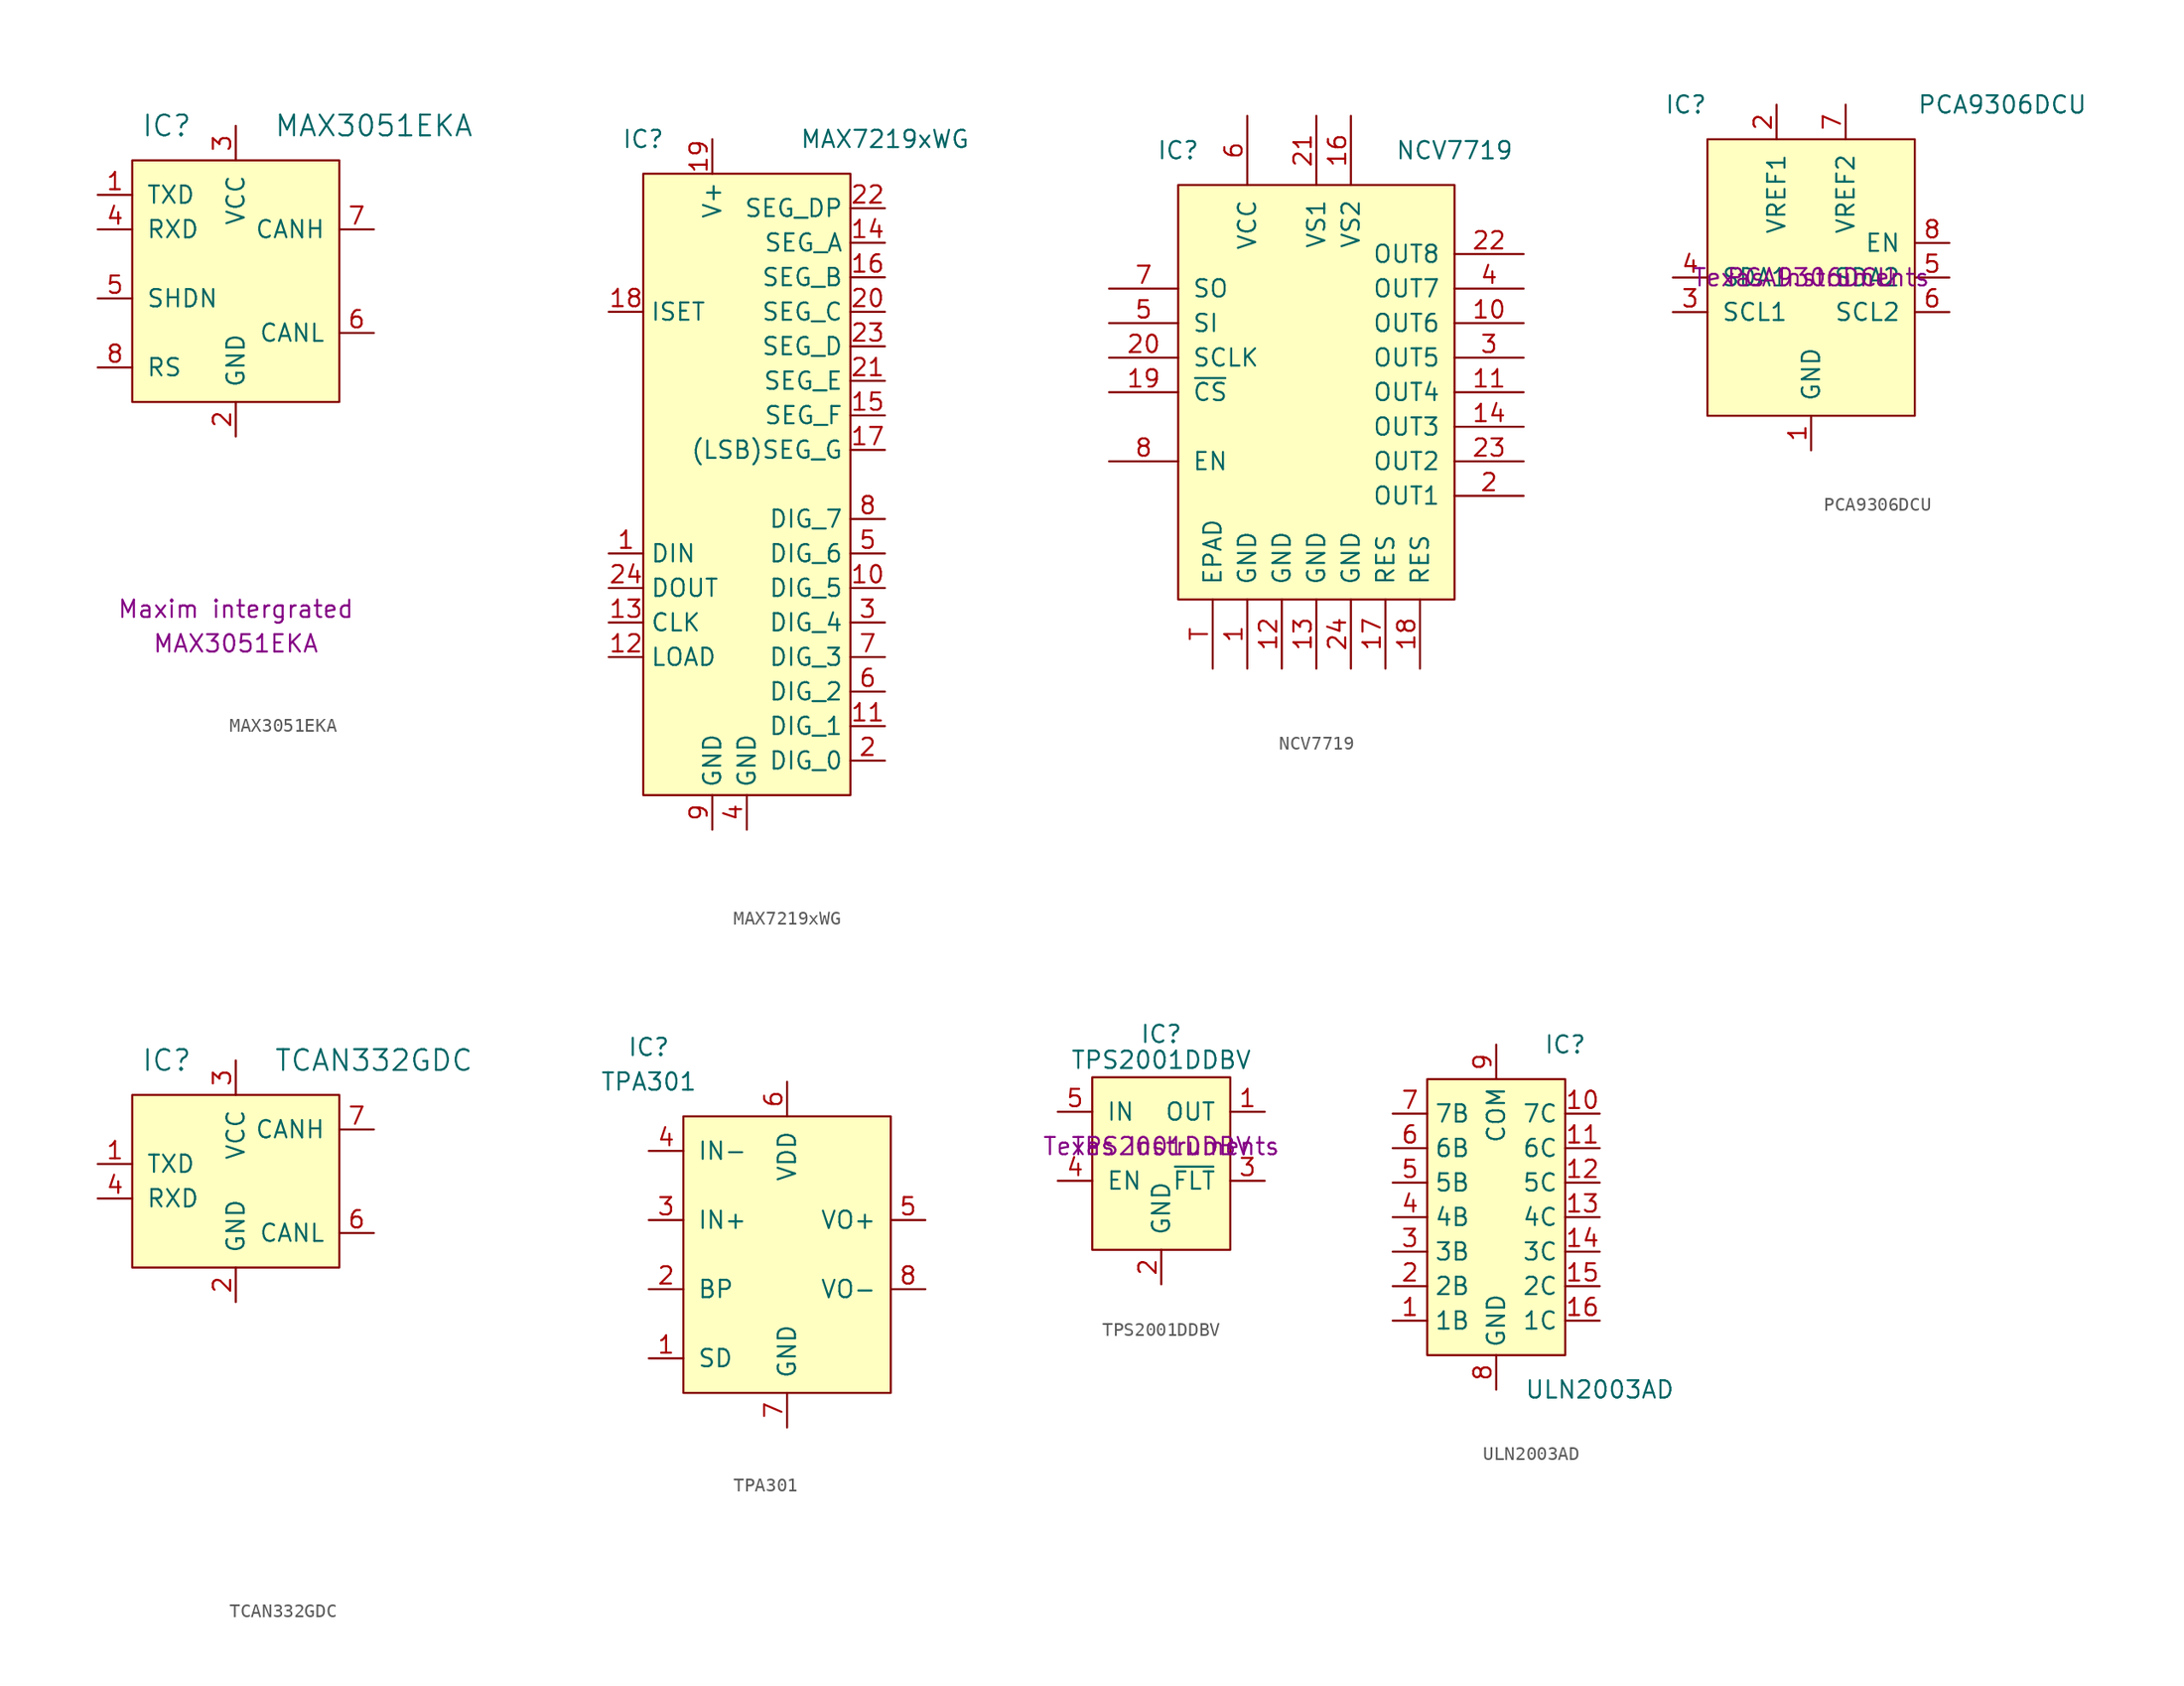
<source format=kicad_sym>
(kicad_symbol_lib
  (version 20220914)
  (generator kicad_symbol_editor)
  (symbol "MAX3051EKA"
    (pin_names
      (offset 1.016))
    (property "Reference" "IC"
      (at -5.08 10.16 0)
      (effects (font (size 1.524 1.524))))
    (property "Value" "MAX3051EKA"
      (at 10.16 10.16 0)
      (effects (font (size 1.524 1.524))))
    (property "Datasheet" ""
      (at -1.27 -8.89 0)
      (effects (font (size 1.524 1.524))))
    (property "MFR" "Maxim intergrated"
      (at 0 -25.4 0)
      (effects (font (size 1.27 1.27))))
    (property "MFR REF" "MAX3051EKA"
      (at 0 -27.94 0)
      (effects (font (size 1.27 1.27))))
    (symbol "MAX3051EKA_0_1"
      (rectangle (start -7.62 7.62) (end 7.62 -10.16) (stroke (width 0) (type default)) (fill (type background))))
    (symbol "MAX3051EKA_1_1"
      (pin input line (at -10.16 5.08 0) (length 2.54) (name "TXD" (effects (font (size 1.27 1.27)))) (number "1" (effects (font (size 1.27 1.27)))))
      (pin power_in line (at 0 -12.7 90) (length 2.54) (name "GND" (effects (font (size 1.27 1.27)))) (number "2" (effects (font (size 1.27 1.27)))))
      (pin power_in line (at 0 10.16 270) (length 2.54) (name "VCC" (effects (font (size 1.27 1.27)))) (number "3" (effects (font (size 1.27 1.27)))))
      (pin output line (at -10.16 2.54 0) (length 2.54) (name "RXD" (effects (font (size 1.27 1.27)))) (number "4" (effects (font (size 1.27 1.27)))))
      (pin input line (at -10.16 -2.54 0) (length 2.54) (name "SHDN" (effects (font (size 1.27 1.27)))) (number "5" (effects (font (size 1.27 1.27)))))
      (pin bidirectional line (at 10.16 -5.08 180) (length 2.54) (name "CANL" (effects (font (size 1.27 1.27)))) (number "6" (effects (font (size 1.27 1.27)))))
      (pin bidirectional line (at 10.16 2.54 180) (length 2.54) (name "CANH" (effects (font (size 1.27 1.27)))) (number "7" (effects (font (size 1.27 1.27)))))
      (pin input line (at -10.16 -7.62 0) (length 2.54) (name "RS" (effects (font (size 1.27 1.27)))) (number "8" (effects (font (size 1.27 1.27)))))))
  (symbol "MAX7219xWG"
    (property "Reference" "IC"
      (at -7.62 25.4 0)
      (effects (font (size 1.27 1.27))))
    (property "Value" "MAX7219xWG"
      (at 10.16 25.4 0)
      (effects (font (size 1.27 1.27))))
    (symbol "MAX7219xWG_0_1"
      (rectangle (start -7.62 22.86) (end 7.62 -22.86) (stroke (width 0.152) (type default)) (fill (type background))))
    (symbol "MAX7219xWG_1_1"
      (pin input line (at -10.16 -5.08 0) (length 2.54) (name "DIN" (effects (font (size 1.27 1.27)))) (number "1" (effects (font (size 1.27 1.27)))))
      (pin output line (at 10.16 -7.62 180) (length 2.54) (name "DIG_5" (effects (font (size 1.27 1.27)))) (number "10" (effects (font (size 1.27 1.27)))))
      (pin output line (at 10.16 -17.78 180) (length 2.54) (name "DIG_1" (effects (font (size 1.27 1.27)))) (number "11" (effects (font (size 1.27 1.27)))))
      (pin input line (at -10.16 -12.7 0) (length 2.54) (name "LOAD" (effects (font (size 1.27 1.27)))) (number "12" (effects (font (size 1.27 1.27)))))
      (pin input line (at -10.16 -10.16 0) (length 2.54) (name "CLK" (effects (font (size 1.27 1.27)))) (number "13" (effects (font (size 1.27 1.27)))))
      (pin output line (at 10.16 17.78 180) (length 2.54) (name "SEG_A" (effects (font (size 1.27 1.27)))) (number "14" (effects (font (size 1.27 1.27)))))
      (pin output line (at 10.16 5.08 180) (length 2.54) (name "SEG_F" (effects (font (size 1.27 1.27)))) (number "15" (effects (font (size 1.27 1.27)))))
      (pin output line (at 10.16 15.24 180) (length 2.54) (name "SEG_B" (effects (font (size 1.27 1.27)))) (number "16" (effects (font (size 1.27 1.27)))))
      (pin output line (at 10.16 2.54 180) (length 2.54) (name "(LSB)SEG_G" (effects (font (size 1.27 1.27)))) (number "17" (effects (font (size 1.27 1.27)))))
      (pin input line (at -10.16 12.7 0) (length 2.54) (name "ISET" (effects (font (size 1.27 1.27)))) (number "18" (effects (font (size 1.27 1.27)))))
      (pin power_in line (at -2.54 25.4 270) (length 2.54) (name "V+" (effects (font (size 1.27 1.27)))) (number "19" (effects (font (size 1.27 1.27)))))
      (pin output line (at 10.16 -20.32 180) (length 2.54) (name "DIG_0" (effects (font (size 1.27 1.27)))) (number "2" (effects (font (size 1.27 1.27)))))
      (pin output line (at 10.16 12.7 180) (length 2.54) (name "SEG_C" (effects (font (size 1.27 1.27)))) (number "20" (effects (font (size 1.27 1.27)))))
      (pin output line (at 10.16 7.62 180) (length 2.54) (name "SEG_E" (effects (font (size 1.27 1.27)))) (number "21" (effects (font (size 1.27 1.27)))))
      (pin output line (at 10.16 20.32 180) (length 2.54) (name "SEG_DP" (effects (font (size 1.27 1.27)))) (number "22" (effects (font (size 1.27 1.27)))))
      (pin output line (at 10.16 10.16 180) (length 2.54) (name "SEG_D" (effects (font (size 1.27 1.27)))) (number "23" (effects (font (size 1.27 1.27)))))
      (pin output line (at -10.16 -7.62 0) (length 2.54) (name "DOUT" (effects (font (size 1.27 1.27)))) (number "24" (effects (font (size 1.27 1.27)))))
      (pin output line (at 10.16 -10.16 180) (length 2.54) (name "DIG_4" (effects (font (size 1.27 1.27)))) (number "3" (effects (font (size 1.27 1.27)))))
      (pin power_in line (at 0 -25.4 90) (length 2.54) (name "GND" (effects (font (size 1.27 1.27)))) (number "4" (effects (font (size 1.27 1.27)))))
      (pin output line (at 10.16 -5.08 180) (length 2.54) (name "DIG_6" (effects (font (size 1.27 1.27)))) (number "5" (effects (font (size 1.27 1.27)))))
      (pin output line (at 10.16 -15.24 180) (length 2.54) (name "DIG_2" (effects (font (size 1.27 1.27)))) (number "6" (effects (font (size 1.27 1.27)))))
      (pin output line (at 10.16 -12.7 180) (length 2.54) (name "DIG_3" (effects (font (size 1.27 1.27)))) (number "7" (effects (font (size 1.27 1.27)))))
      (pin output line (at 10.16 -2.54 180) (length 2.54) (name "DIG_7" (effects (font (size 1.27 1.27)))) (number "8" (effects (font (size 1.27 1.27)))))
      (pin power_in line (at -2.54 -25.4 90) (length 2.54) (name "GND" (effects (font (size 1.27 1.27)))) (number "9" (effects (font (size 1.27 1.27)))))))
  (symbol "NCV7719"
    (pin_names
      (offset 1.016))
    (property "Reference" "IC"
      (at -10.16 17.78 0)
      (effects (font (size 1.27 1.27))))
    (property "Value" "NCV7719"
      (at 10.16 17.78 0)
      (effects (font (size 1.27 1.27))))
    (symbol "NCV7719_0_0"
      (pin power_in line (at -5.08 -20.32 90) (length 5.08) (name "GND" (effects (font (size 1.27 1.27)))) (number "1" (effects (font (size 1.27 1.27)))))
      (pin output line (at 15.24 5.08 180) (length 5.08) (name "OUT6" (effects (font (size 1.27 1.27)))) (number "10" (effects (font (size 1.27 1.27)))))
      (pin output line (at 15.24 0 180) (length 5.08) (name "OUT4" (effects (font (size 1.27 1.27)))) (number "11" (effects (font (size 1.27 1.27)))))
      (pin power_in line (at -2.54 -20.32 90) (length 5.08) (name "GND" (effects (font (size 1.27 1.27)))) (number "12" (effects (font (size 1.27 1.27)))))
      (pin power_in line (at 0 -20.32 90) (length 5.08) (name "GND" (effects (font (size 1.27 1.27)))) (number "13" (effects (font (size 1.27 1.27)))))
      (pin output line (at 15.24 -2.54 180) (length 5.08) (name "OUT3" (effects (font (size 1.27 1.27)))) (number "14" (effects (font (size 1.27 1.27)))))
      (pin power_in line (at 2.54 20.32 270) (length 5.08) (name "VS2" (effects (font (size 1.27 1.27)))) (number "16" (effects (font (size 1.27 1.27)))))
      (pin power_in line (at 5.08 -20.32 90) (length 5.08) (name "RES" (effects (font (size 1.27 1.27)))) (number "17" (effects (font (size 1.27 1.27)))))
      (pin power_in line (at 7.62 -20.32 90) (length 5.08) (name "RES" (effects (font (size 1.27 1.27)))) (number "18" (effects (font (size 1.27 1.27)))))
      (pin input line (at -15.24 0 0) (length 5.08) (name "~{CS}" (effects (font (size 1.27 1.27)))) (number "19" (effects (font (size 1.27 1.27)))))
      (pin output line (at 15.24 -7.62 180) (length 5.08) (name "OUT1" (effects (font (size 1.27 1.27)))) (number "2" (effects (font (size 1.27 1.27)))))
      (pin input line (at -15.24 2.54 0) (length 5.08) (name "SCLK" (effects (font (size 1.27 1.27)))) (number "20" (effects (font (size 1.27 1.27)))))
      (pin power_in line (at 0 20.32 270) (length 5.08) (name "VS1" (effects (font (size 1.27 1.27)))) (number "21" (effects (font (size 1.27 1.27)))))
      (pin output line (at 15.24 10.16 180) (length 5.08) (name "OUT8" (effects (font (size 1.27 1.27)))) (number "22" (effects (font (size 1.27 1.27)))))
      (pin output line (at 15.24 -5.08 180) (length 5.08) (name "OUT2" (effects (font (size 1.27 1.27)))) (number "23" (effects (font (size 1.27 1.27)))))
      (pin power_in line (at 2.54 -20.32 90) (length 5.08) (name "GND" (effects (font (size 1.27 1.27)))) (number "24" (effects (font (size 1.27 1.27)))))
      (pin output line (at 15.24 2.54 180) (length 5.08) (name "OUT5" (effects (font (size 1.27 1.27)))) (number "3" (effects (font (size 1.27 1.27)))))
      (pin output line (at 15.24 7.62 180) (length 5.08) (name "OUT7" (effects (font (size 1.27 1.27)))) (number "4" (effects (font (size 1.27 1.27)))))
      (pin input line (at -15.24 5.08 0) (length 5.08) (name "SI" (effects (font (size 1.27 1.27)))) (number "5" (effects (font (size 1.27 1.27)))))
      (pin power_in line (at -5.08 20.32 270) (length 5.08) (name "VCC" (effects (font (size 1.27 1.27)))) (number "6" (effects (font (size 1.27 1.27)))))
      (pin output line (at -15.24 7.62 0) (length 5.08) (name "SO" (effects (font (size 1.27 1.27)))) (number "7" (effects (font (size 1.27 1.27)))))
      (pin input line (at -15.24 -5.08 0) (length 5.08) (name "EN" (effects (font (size 1.27 1.27)))) (number "8" (effects (font (size 1.27 1.27)))))
      (pin passive line (at -7.62 -20.32 90) (length 5.08) (name "EPAD" (effects (font (size 1.27 1.27)))) (number "T" (effects (font (size 1.27 1.27))))))
    (symbol "NCV7719_0_1"
      (rectangle (start -10.16 15.24) (end 10.16 -15.24) (stroke (width 0.152) (type default)) (fill (type background)))))
  (symbol "PCA9306DCU"
    (pin_names
      (offset 1.016))
    (property "Reference" "IC"
      (at -7.62 12.7 0)
      (effects (font (size 1.27 1.27)) (justify right)))
    (property "Value" "PCA9306DCU"
      (at 20.32 12.7 0)
      (effects (font (size 1.27 1.27)) (justify right)))
    (property "MFR" "Texas Instruments"
      (at 0 0 0)
      (effects (font (size 1.27 1.27))))
    (property "MFR REF" "PCA9306DCU"
      (at 0 0 0)
      (effects (font (size 1.27 1.27))))
    (symbol "PCA9306DCU_1_1"
      (rectangle (start -7.62 10.16) (end 7.62 -10.16) (stroke (width 0.152) (type default)) (fill (type background)))
      (pin power_in line (at 0 -12.7 90) (length 2.54) (name "GND" (effects (font (size 1.27 1.27)))) (number "1" (effects (font (size 1.27 1.27)))))
      (pin power_in line (at -2.54 12.7 270) (length 2.54) (name "VREF1" (effects (font (size 1.27 1.27)))) (number "2" (effects (font (size 1.27 1.27)))))
      (pin bidirectional line (at -10.16 -2.54 0) (length 2.54) (name "SCL1" (effects (font (size 1.27 1.27)))) (number "3" (effects (font (size 1.27 1.27)))))
      (pin bidirectional line (at -10.16 0 0) (length 2.54) (name "SDA1" (effects (font (size 1.27 1.27)))) (number "4" (effects (font (size 1.27 1.27)))))
      (pin bidirectional line (at 10.16 0 180) (length 2.54) (name "SDA2" (effects (font (size 1.27 1.27)))) (number "5" (effects (font (size 1.27 1.27)))))
      (pin bidirectional line (at 10.16 -2.54 180) (length 2.54) (name "SCL2" (effects (font (size 1.27 1.27)))) (number "6" (effects (font (size 1.27 1.27)))))
      (pin power_in line (at 2.54 12.7 270) (length 2.54) (name "VREF2" (effects (font (size 1.27 1.27)))) (number "7" (effects (font (size 1.27 1.27)))))
      (pin input line (at 10.16 2.54 180) (length 2.54) (name "EN" (effects (font (size 1.27 1.27)))) (number "8" (effects (font (size 1.27 1.27)))))))
  (symbol "TCAN332GDC"
    (pin_names
      (offset 1.016))
    (property "Reference" "IC"
      (at -5.08 7.62 0)
      (effects (font (size 1.524 1.524))))
    (property "Value" "TCAN332GDC"
      (at 10.16 7.62 0)
      (effects (font (size 1.524 1.524))))
    (property "Datasheet" ""
      (at -1.27 -11.43 0)
      (effects (font (size 1.524 1.524))))
    (property "MFR REF" ""
      (at 0 -27.94 0)
      (effects (font (size 1.27 1.27))))
    (symbol "TCAN332GDC_0_1"
      (rectangle (start -7.62 5.08) (end 7.62 -7.62) (stroke (width 0) (type default)) (fill (type background))))
    (symbol "TCAN332GDC_1_1"
      (pin input line (at -10.16 0 0) (length 2.54) (name "TXD" (effects (font (size 1.27 1.27)))) (number "1" (effects (font (size 1.27 1.27)))))
      (pin power_in line (at 0 -10.16 90) (length 2.54) (name "GND" (effects (font (size 1.27 1.27)))) (number "2" (effects (font (size 1.27 1.27)))))
      (pin power_in line (at 0 7.62 270) (length 2.54) (name "VCC" (effects (font (size 1.27 1.27)))) (number "3" (effects (font (size 1.27 1.27)))))
      (pin output line (at -10.16 -2.54 0) (length 2.54) (name "RXD" (effects (font (size 1.27 1.27)))) (number "4" (effects (font (size 1.27 1.27)))))
      (pin bidirectional line (at 10.16 -5.08 180) (length 2.54) (name "CANL" (effects (font (size 1.27 1.27)))) (number "6" (effects (font (size 1.27 1.27)))))
      (pin bidirectional line (at 10.16 2.54 180) (length 2.54) (name "CANH" (effects (font (size 1.27 1.27)))) (number "7" (effects (font (size 1.27 1.27)))))))
  (symbol "TPA301"
    (pin_names
      (offset 1.016))
    (property "Reference" "IC"
      (at -10.16 15.24 0)
      (effects (font (size 1.27 1.27))))
    (property "Value" "TPA301"
      (at -10.16 12.7 0)
      (effects (font (size 1.27 1.27))))
    (symbol "TPA301_0_0"
      (pin input line (at -10.16 -7.62 0) (length 2.54) (name "SD" (effects (font (size 1.27 1.27)))) (number "1" (effects (font (size 1.27 1.27)))))
      (pin input line (at -10.16 -2.54 0) (length 2.54) (name "BP" (effects (font (size 1.27 1.27)))) (number "2" (effects (font (size 1.27 1.27)))))
      (pin input line (at -10.16 2.54 0) (length 2.54) (name "IN+" (effects (font (size 1.27 1.27)))) (number "3" (effects (font (size 1.27 1.27)))))
      (pin input line (at -10.16 7.62 0) (length 2.54) (name "IN-" (effects (font (size 1.27 1.27)))) (number "4" (effects (font (size 1.27 1.27)))))
      (pin output line (at 10.16 2.54 180) (length 2.54) (name "VO+" (effects (font (size 1.27 1.27)))) (number "5" (effects (font (size 1.27 1.27)))))
      (pin power_in line (at 0 12.7 270) (length 2.54) (name "VDD" (effects (font (size 1.27 1.27)))) (number "6" (effects (font (size 1.27 1.27)))))
      (pin power_in line (at 0 -12.7 90) (length 2.54) (name "GND" (effects (font (size 1.27 1.27)))) (number "7" (effects (font (size 1.27 1.27)))))
      (pin output line (at 10.16 -2.54 180) (length 2.54) (name "VO-" (effects (font (size 1.27 1.27)))) (number "8" (effects (font (size 1.27 1.27))))))
    (symbol "TPA301_0_1"
      (rectangle (start -7.62 10.16) (end 7.62 -10.16) (stroke (width 0.152) (type default)) (fill (type background)))))
  (symbol "TPS2001DDBV"
    (pin_names
      (offset 1.016))
    (property "Reference" "IC"
      (at 0 8.255 0)
      (effects (font (size 1.27 1.27))))
    (property "Value" "TPS2001DDBV"
      (at 0 6.35 0)
      (effects (font (size 1.27 1.27))))
    (property "MFR" "Texas Instruments"
      (at 0 0 0)
      (effects (font (size 1.27 1.27))))
    (property "MFR REF" "TPS2001DDBV"
      (at 0 0 0)
      (effects (font (size 1.27 1.27))))
    (symbol "TPS2001DDBV_0_1"
      (rectangle (start -5.08 5.08) (end 5.08 -7.62) (stroke (width 0.152) (type default)) (fill (type background))))
    (symbol "TPS2001DDBV_1_1"
      (pin power_out line (at 7.62 2.54 180) (length 2.54) (name "OUT" (effects (font (size 1.27 1.27)))) (number "1" (effects (font (size 1.27 1.27)))))
      (pin power_in line (at 0 -10.16 90) (length 2.54) (name "GND" (effects (font (size 1.27 1.27)))) (number "2" (effects (font (size 1.27 1.27)))))
      (pin open_collector line (at 7.62 -2.54 180) (length 2.54) (name "~{FLT}" (effects (font (size 1.27 1.27)))) (number "3" (effects (font (size 1.27 1.27)))))
      (pin input line (at -7.62 -2.54 0) (length 2.54) (name "EN" (effects (font (size 1.27 1.27)))) (number "4" (effects (font (size 1.27 1.27)))))
      (pin power_in line (at -7.62 2.54 0) (length 2.54) (name "IN" (effects (font (size 1.27 1.27)))) (number "5" (effects (font (size 1.27 1.27)))))))
  (symbol "ULN2003AD"
    (property "Reference" "IC"
      (at 5.08 12.7 0)
      (effects (font (size 1.27 1.27))))
    (property "Value" "ULN2003AD"
      (at 7.62 -12.7 0)
      (effects (font (size 1.27 1.27))))
    (symbol "ULN2003AD_0_1"
      (rectangle (start 5.08 10.16) (end -5.08 -10.16) (stroke (width 0.152) (type default)) (fill (type background))))
    (symbol "ULN2003AD_1_1"
      (pin input line (at -7.62 -7.62 0) (length 2.54) (name "1B" (effects (font (size 1.27 1.27)))) (number "1" (effects (font (size 1.27 1.27)))))
      (pin open_collector line (at 7.62 7.62 180) (length 2.54) (name "7C" (effects (font (size 1.27 1.27)))) (number "10" (effects (font (size 1.27 1.27)))))
      (pin open_collector line (at 7.62 5.08 180) (length 2.54) (name "6C" (effects (font (size 1.27 1.27)))) (number "11" (effects (font (size 1.27 1.27)))))
      (pin open_collector line (at 7.62 2.54 180) (length 2.54) (name "5C" (effects (font (size 1.27 1.27)))) (number "12" (effects (font (size 1.27 1.27)))))
      (pin open_collector line (at 7.62 0 180) (length 2.54) (name "4C" (effects (font (size 1.27 1.27)))) (number "13" (effects (font (size 1.27 1.27)))))
      (pin open_collector line (at 7.62 -2.54 180) (length 2.54) (name "3C" (effects (font (size 1.27 1.27)))) (number "14" (effects (font (size 1.27 1.27)))))
      (pin open_collector line (at 7.62 -5.08 180) (length 2.54) (name "2C" (effects (font (size 1.27 1.27)))) (number "15" (effects (font (size 1.27 1.27)))))
      (pin open_collector line (at 7.62 -7.62 180) (length 2.54) (name "1C" (effects (font (size 1.27 1.27)))) (number "16" (effects (font (size 1.27 1.27)))))
      (pin input line (at -7.62 -5.08 0) (length 2.54) (name "2B" (effects (font (size 1.27 1.27)))) (number "2" (effects (font (size 1.27 1.27)))))
      (pin input line (at -7.62 -2.54 0) (length 2.54) (name "3B" (effects (font (size 1.27 1.27)))) (number "3" (effects (font (size 1.27 1.27)))))
      (pin input line (at -7.62 0 0) (length 2.54) (name "4B" (effects (font (size 1.27 1.27)))) (number "4" (effects (font (size 1.27 1.27)))))
      (pin input line (at -7.62 2.54 0) (length 2.54) (name "5B" (effects (font (size 1.27 1.27)))) (number "5" (effects (font (size 1.27 1.27)))))
      (pin input line (at -7.62 5.08 0) (length 2.54) (name "6B" (effects (font (size 1.27 1.27)))) (number "6" (effects (font (size 1.27 1.27)))))
      (pin input line (at -7.62 7.62 0) (length 2.54) (name "7B" (effects (font (size 1.27 1.27)))) (number "7" (effects (font (size 1.27 1.27)))))
      (pin power_in line (at 0 -12.7 90) (length 2.54) (name "GND" (effects (font (size 1.27 1.27)))) (number "8" (effects (font (size 1.27 1.27)))))
      (pin passive line (at 0 12.7 270) (length 2.54) (name "COM" (effects (font (size 1.27 1.27)))) (number "9" (effects (font (size 1.27 1.27))))))))
</source>
